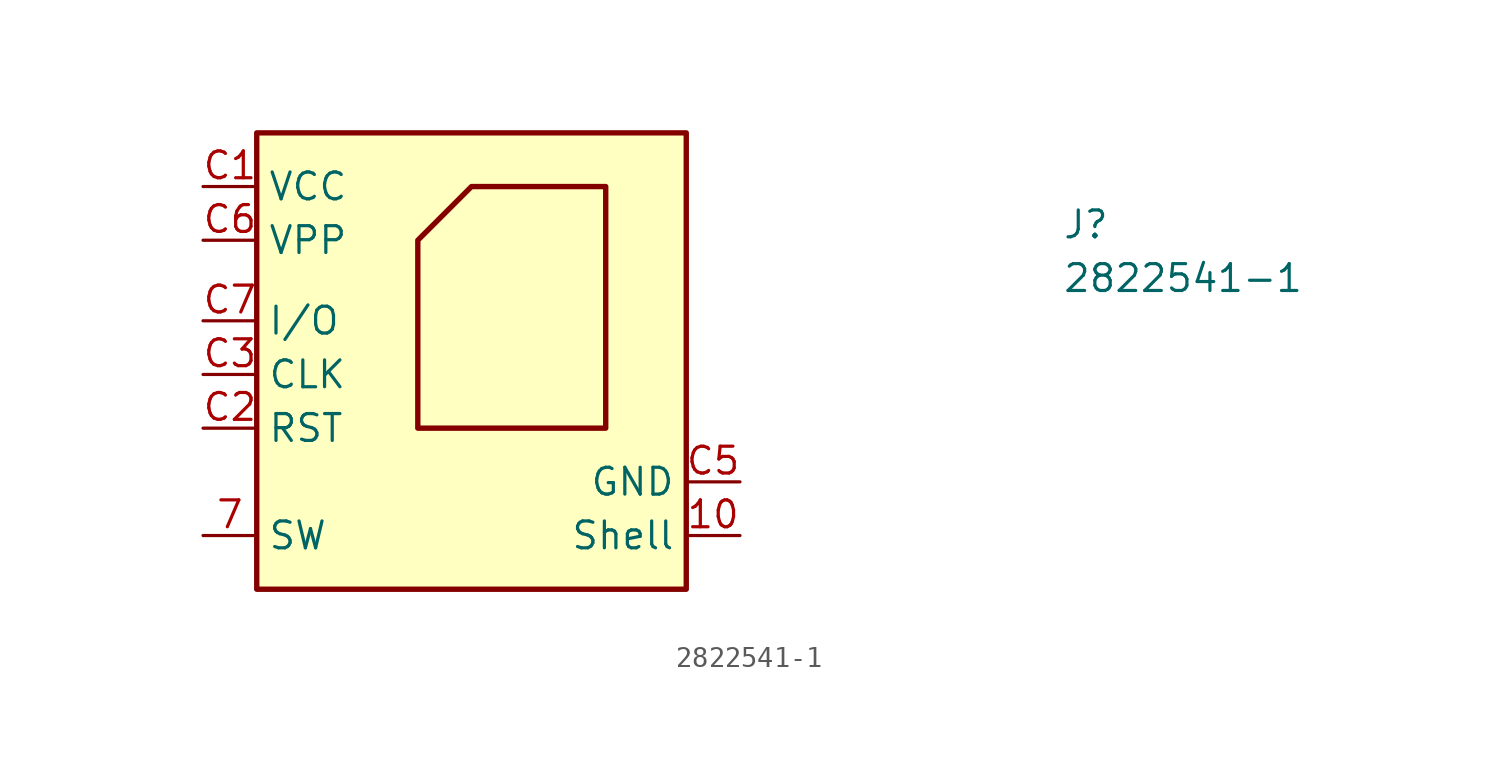
<source format=kicad_sym>
(kicad_symbol_lib
  (version 20211014)
  (generator kicad_symbol_editor)
  (symbol "2822541-1"
    (property "Reference" "J"
      (at 40.64 -2.54 0)
      (effects (font (size 1.27 1.27) (thickness 0.15)) (justify left bottom)))
    (property "Value" "2822541-1"
      (at 40.64 -5.08 0)
      (effects (font (size 1.27 1.27) (thickness 0.15)) (justify left bottom)))
    (symbol "2822541-1_0_1"
      (polyline (pts (xy 10.16 -2.54) (xy 12.7 0) (xy 19.05 0) (xy 19.05 -2.54) (xy 19.05 -7.62) (xy 19.05 -11.43) (xy 10.16 -11.43) (xy 10.16 -2.54)) (stroke (width 0.254) (type default) (color 0 0 0 0)) (fill (type none))))
    (symbol "2822541-1_1_1"
      (rectangle (start 2.54 -19.05) (end 22.86 2.54) (stroke (width 0.254) (type default) (color 0 0 0 0)) (fill (type background)))
      (pin passive line (at 25.4 -16.51 180) (length 2.54) (name "Shell" (effects (font (size 1.27 1.27)))) (number "10" (effects (font (size 1.27 1.27)))))
      (pin passive line (at 25.4 -16.51 180) (length 2.54) hide (name "Shell" (effects (font (size 1.27 1.27)))) (number "11" (effects (font (size 1.27 1.27)))))
      (pin passive line (at 25.4 -16.51 180) (length 2.54) hide (name "Shell" (effects (font (size 1.27 1.27)))) (number "12" (effects (font (size 1.27 1.27)))))
      (pin passive line (at 25.4 -16.51 180) (length 2.54) hide (name "Shell" (effects (font (size 1.27 1.27)))) (number "13" (effects (font (size 1.27 1.27)))))
      (pin passive line (at 25.4 -16.51 180) (length 2.54) hide (name "Shell" (effects (font (size 1.27 1.27)))) (number "14" (effects (font (size 1.27 1.27)))))
      (pin passive line (at 25.4 -16.51 180) (length 2.54) hide (name "Shell" (effects (font (size 1.27 1.27)))) (number "15" (effects (font (size 1.27 1.27)))))
      (pin passive line (at 25.4 -16.51 180) (length 2.54) hide (name "Shell" (effects (font (size 1.27 1.27)))) (number "16" (effects (font (size 1.27 1.27)))))
      (pin passive line (at 25.4 -16.51 180) (length 2.54) hide (name "Shell" (effects (font (size 1.27 1.27)))) (number "17" (effects (font (size 1.27 1.27)))))
      (pin passive line (at 0 -16.51 0) (length 2.54) (name "SW" (effects (font (size 1.27 1.27)))) (number "7" (effects (font (size 1.27 1.27)))))
      (pin passive line (at 25.4 -16.51 180) (length 2.54) hide (name "Shell" (effects (font (size 1.27 1.27)))) (number "8" (effects (font (size 1.27 1.27)))))
      (pin passive line (at 25.4 -16.51 180) (length 2.54) hide (name "Shell" (effects (font (size 1.27 1.27)))) (number "9" (effects (font (size 1.27 1.27)))))
      (pin power_in line (at 0 0 0) (length 2.54) (name "VCC" (effects (font (size 1.27 1.27)))) (number "C1" (effects (font (size 1.27 1.27)))))
      (pin bidirectional line (at 0 -11.43 0) (length 2.54) (name "RST" (effects (font (size 1.27 1.27)))) (number "C2" (effects (font (size 1.27 1.27)))))
      (pin bidirectional line (at 0 -8.89 0) (length 2.54) (name "CLK" (effects (font (size 1.27 1.27)))) (number "C3" (effects (font (size 1.27 1.27)))))
      (pin power_in line (at 25.4 -13.97 180) (length 2.54) (name "GND" (effects (font (size 1.27 1.27)))) (number "C5" (effects (font (size 1.27 1.27)))))
      (pin power_in line (at 0 -2.54 0) (length 2.54) (name "VPP" (effects (font (size 1.27 1.27)))) (number "C6" (effects (font (size 1.27 1.27)))))
      (pin bidirectional line (at 0 -6.35 0) (length 2.54) (name "I/O" (effects (font (size 1.27 1.27)))) (number "C7" (effects (font (size 1.27 1.27))))))))
</source>
